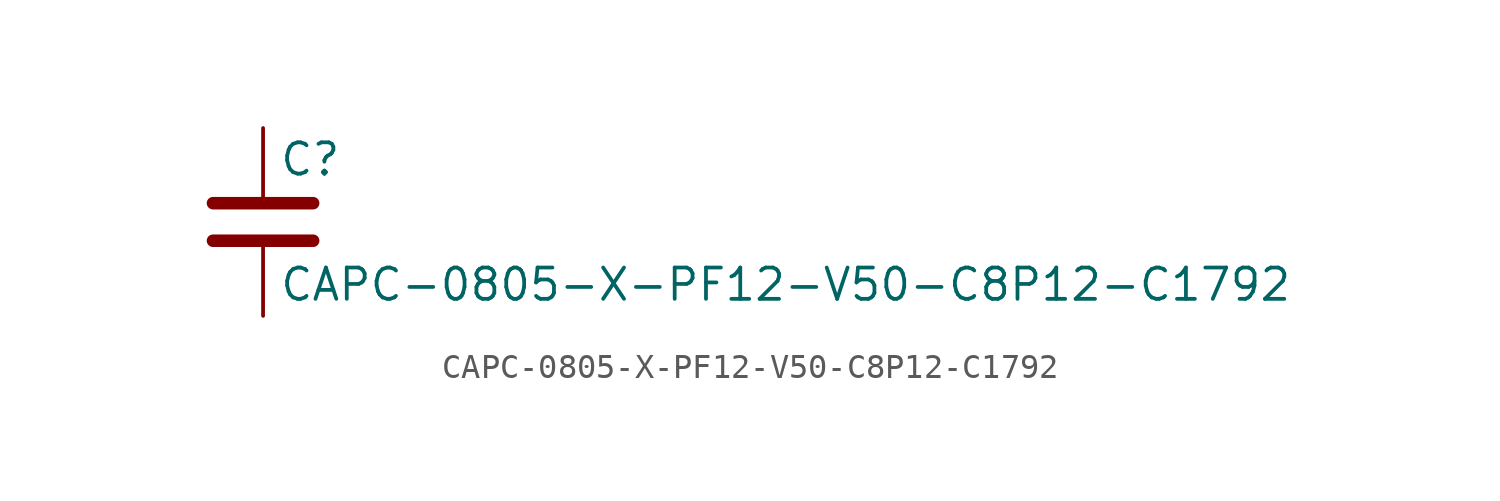
<source format=kicad_sym>
(kicad_symbol_lib
  (version 20211014)
  (generator kicad_symbol_editor)
  (symbol "CAPC-0805-X-PF12-V50-C8P12-C1792"
    (pin_numbers hide)
    (pin_names
      (offset 0.254))
    (property "Reference" "C"
      (at 0.635 2.54 0)
      (effects (font (size 1.27 1.27)) (justify left)))
    (property "Value" "CAPC-0805-X-PF12-V50-C8P12-C1792"
      (at 0.635 -2.54 0)
      (effects (font (size 1.27 1.27)) (justify left)))
    (symbol "CAPC-0805-X-PF12-V50-C8P12-C1792_0_1"
      (polyline (pts (xy -2.032 -0.762) (xy 2.032 -0.762)) (stroke (width 0.508) (type default) (color 0 0 0 0)) (fill (type none)))
      (polyline (pts (xy -2.032 0.762) (xy 2.032 0.762)) (stroke (width 0.508) (type default) (color 0 0 0 0)) (fill (type none))))
    (symbol "CAPC-0805-X-PF12-V50-C8P12-C1792_1_1"
      (pin passive line (at 0 3.81 270) (length 2.794) (name "~" (effects (font (size 1.27 1.27)))) (number "1" (effects (font (size 1.27 1.27)))))
      (pin passive line (at 0 -3.81 90) (length 2.794) (name "~" (effects (font (size 1.27 1.27)))) (number "2" (effects (font (size 1.27 1.27))))))))
</source>
